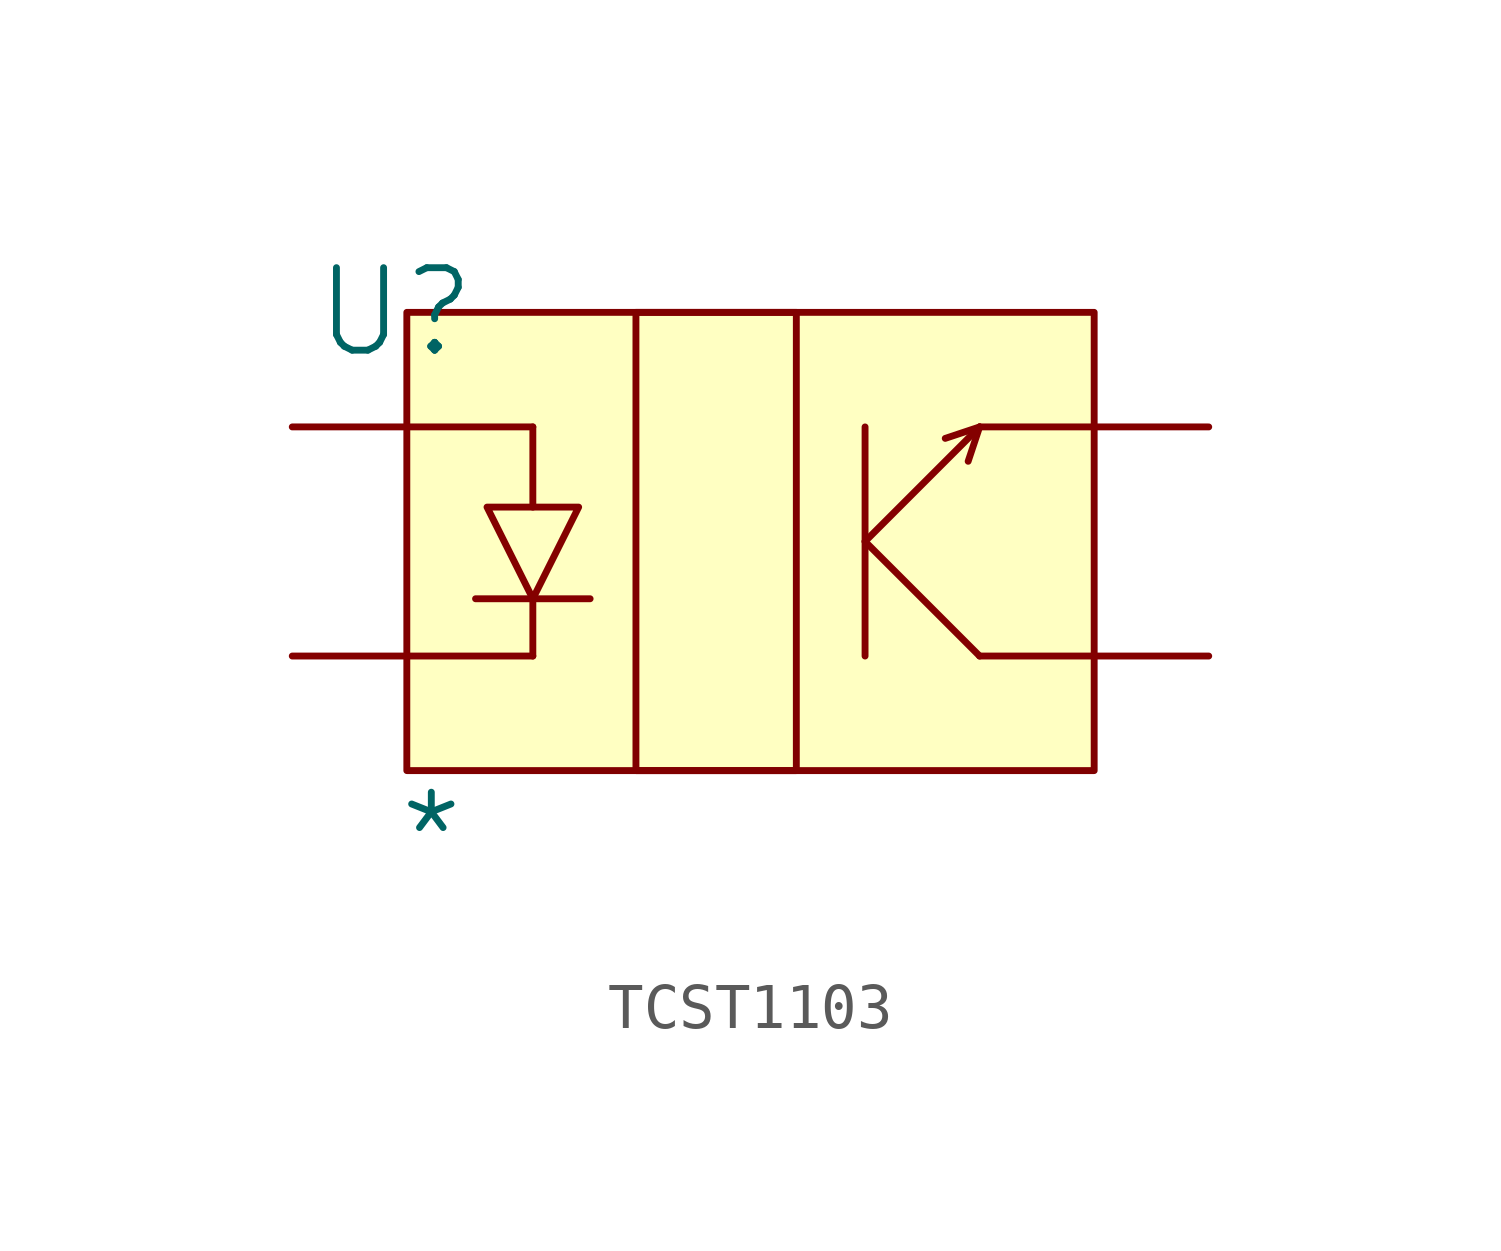
<source format=kicad_sym>
(kicad_symbol_lib
  (version 20241209)
  (generator "kicad_symbol_editor")
  (generator_version "9.0")
  (symbol "TCST1103"
    (pin_numbers
      (hide yes))
    (pin_names
      (hide yes))
    (property "Reference" "U"
      (at -0.254 0 0)
      (effects (font (size 1.829 1.829))))
    (property "Value" "*"
      (at -0.254 -12.7 0)
      (effects (font (size 1.829 1.829)) (justify left bottom)))
    (symbol "TCST1103_1_0"
      (polyline (pts (xy 0 -2.54) (xy 2.794 -2.54)) (stroke (width 0) (type solid)) (fill (type none)))
      (polyline (pts (xy 0 -7.62) (xy 2.794 -7.62)) (stroke (width 0) (type solid)) (fill (type none)))
      (polyline (pts (xy 1.524 -6.35) (xy 4.064 -6.35)) (stroke (width 0) (type solid)) (fill (type none)))
      (polyline (pts (xy 1.778 -4.318) (xy 3.81 -4.318) (xy 2.794 -6.35) (xy 1.778 -4.318)) (stroke (width 0) (type solid)) (fill (type none)))
      (polyline (pts (xy 2.794 -4.318) (xy 2.794 -2.54)) (stroke (width 0) (type solid)) (fill (type none)))
      (polyline (pts (xy 2.794 -7.62) (xy 2.794 -6.35)) (stroke (width 0) (type solid)) (fill (type none)))
      (rectangle (start 8.636 0) (end 5.08 -10.16) (stroke (width 0) (type solid) (color 128 0 0 1)) (fill (type background)))
      (polyline (pts (xy 10.16 -2.54) (xy 10.16 -7.62)) (stroke (width 0) (type solid)) (fill (type none)))
      (polyline (pts (xy 10.16 -5.08) (xy 12.7 -2.54)) (stroke (width 0) (type solid)) (fill (type none)))
      (polyline (pts (xy 10.16 -5.08) (xy 12.7 -7.62)) (stroke (width 0) (type solid)) (fill (type none)))
      (polyline (pts (xy 12.7 -2.54) (xy 11.938 -2.794)) (stroke (width 0) (type solid)) (fill (type none)))
      (polyline (pts (xy 12.7 -2.54) (xy 12.446 -3.302)) (stroke (width 0) (type solid)) (fill (type none)))
      (rectangle (start 15.24 0) (end 0 -10.16) (stroke (width 0) (type solid) (color 128 0 0 1)) (fill (type background)))
      (polyline (pts (xy 15.24 -2.54) (xy 12.7 -2.54)) (stroke (width 0) (type solid)) (fill (type none)))
      (polyline (pts (xy 15.24 -7.62) (xy 12.7 -7.62)) (stroke (width 0) (type solid)) (fill (type none)))
      (pin passive line (at -2.54 -2.54 0) (length 2.54) (name "++" (effects (font (size 1.27 1.27)))) (number "1" (effects (font (size 1.27 1.27)))))
      (pin passive line (at -2.54 -7.62 0) (length 2.54) (name "E" (effects (font (size 1.27 1.27)))) (number "2" (effects (font (size 1.27 1.27)))))
      (pin passive line (at 17.78 -2.54 180) (length 2.54) (name "D" (effects (font (size 1.27 1.27)))) (number "4" (effects (font (size 1.27 1.27)))))
      (pin passive line (at 17.78 -7.62 180) (length 2.54) (name "+" (effects (font (size 1.27 1.27)))) (number "3" (effects (font (size 1.27 1.27))))))))
</source>
